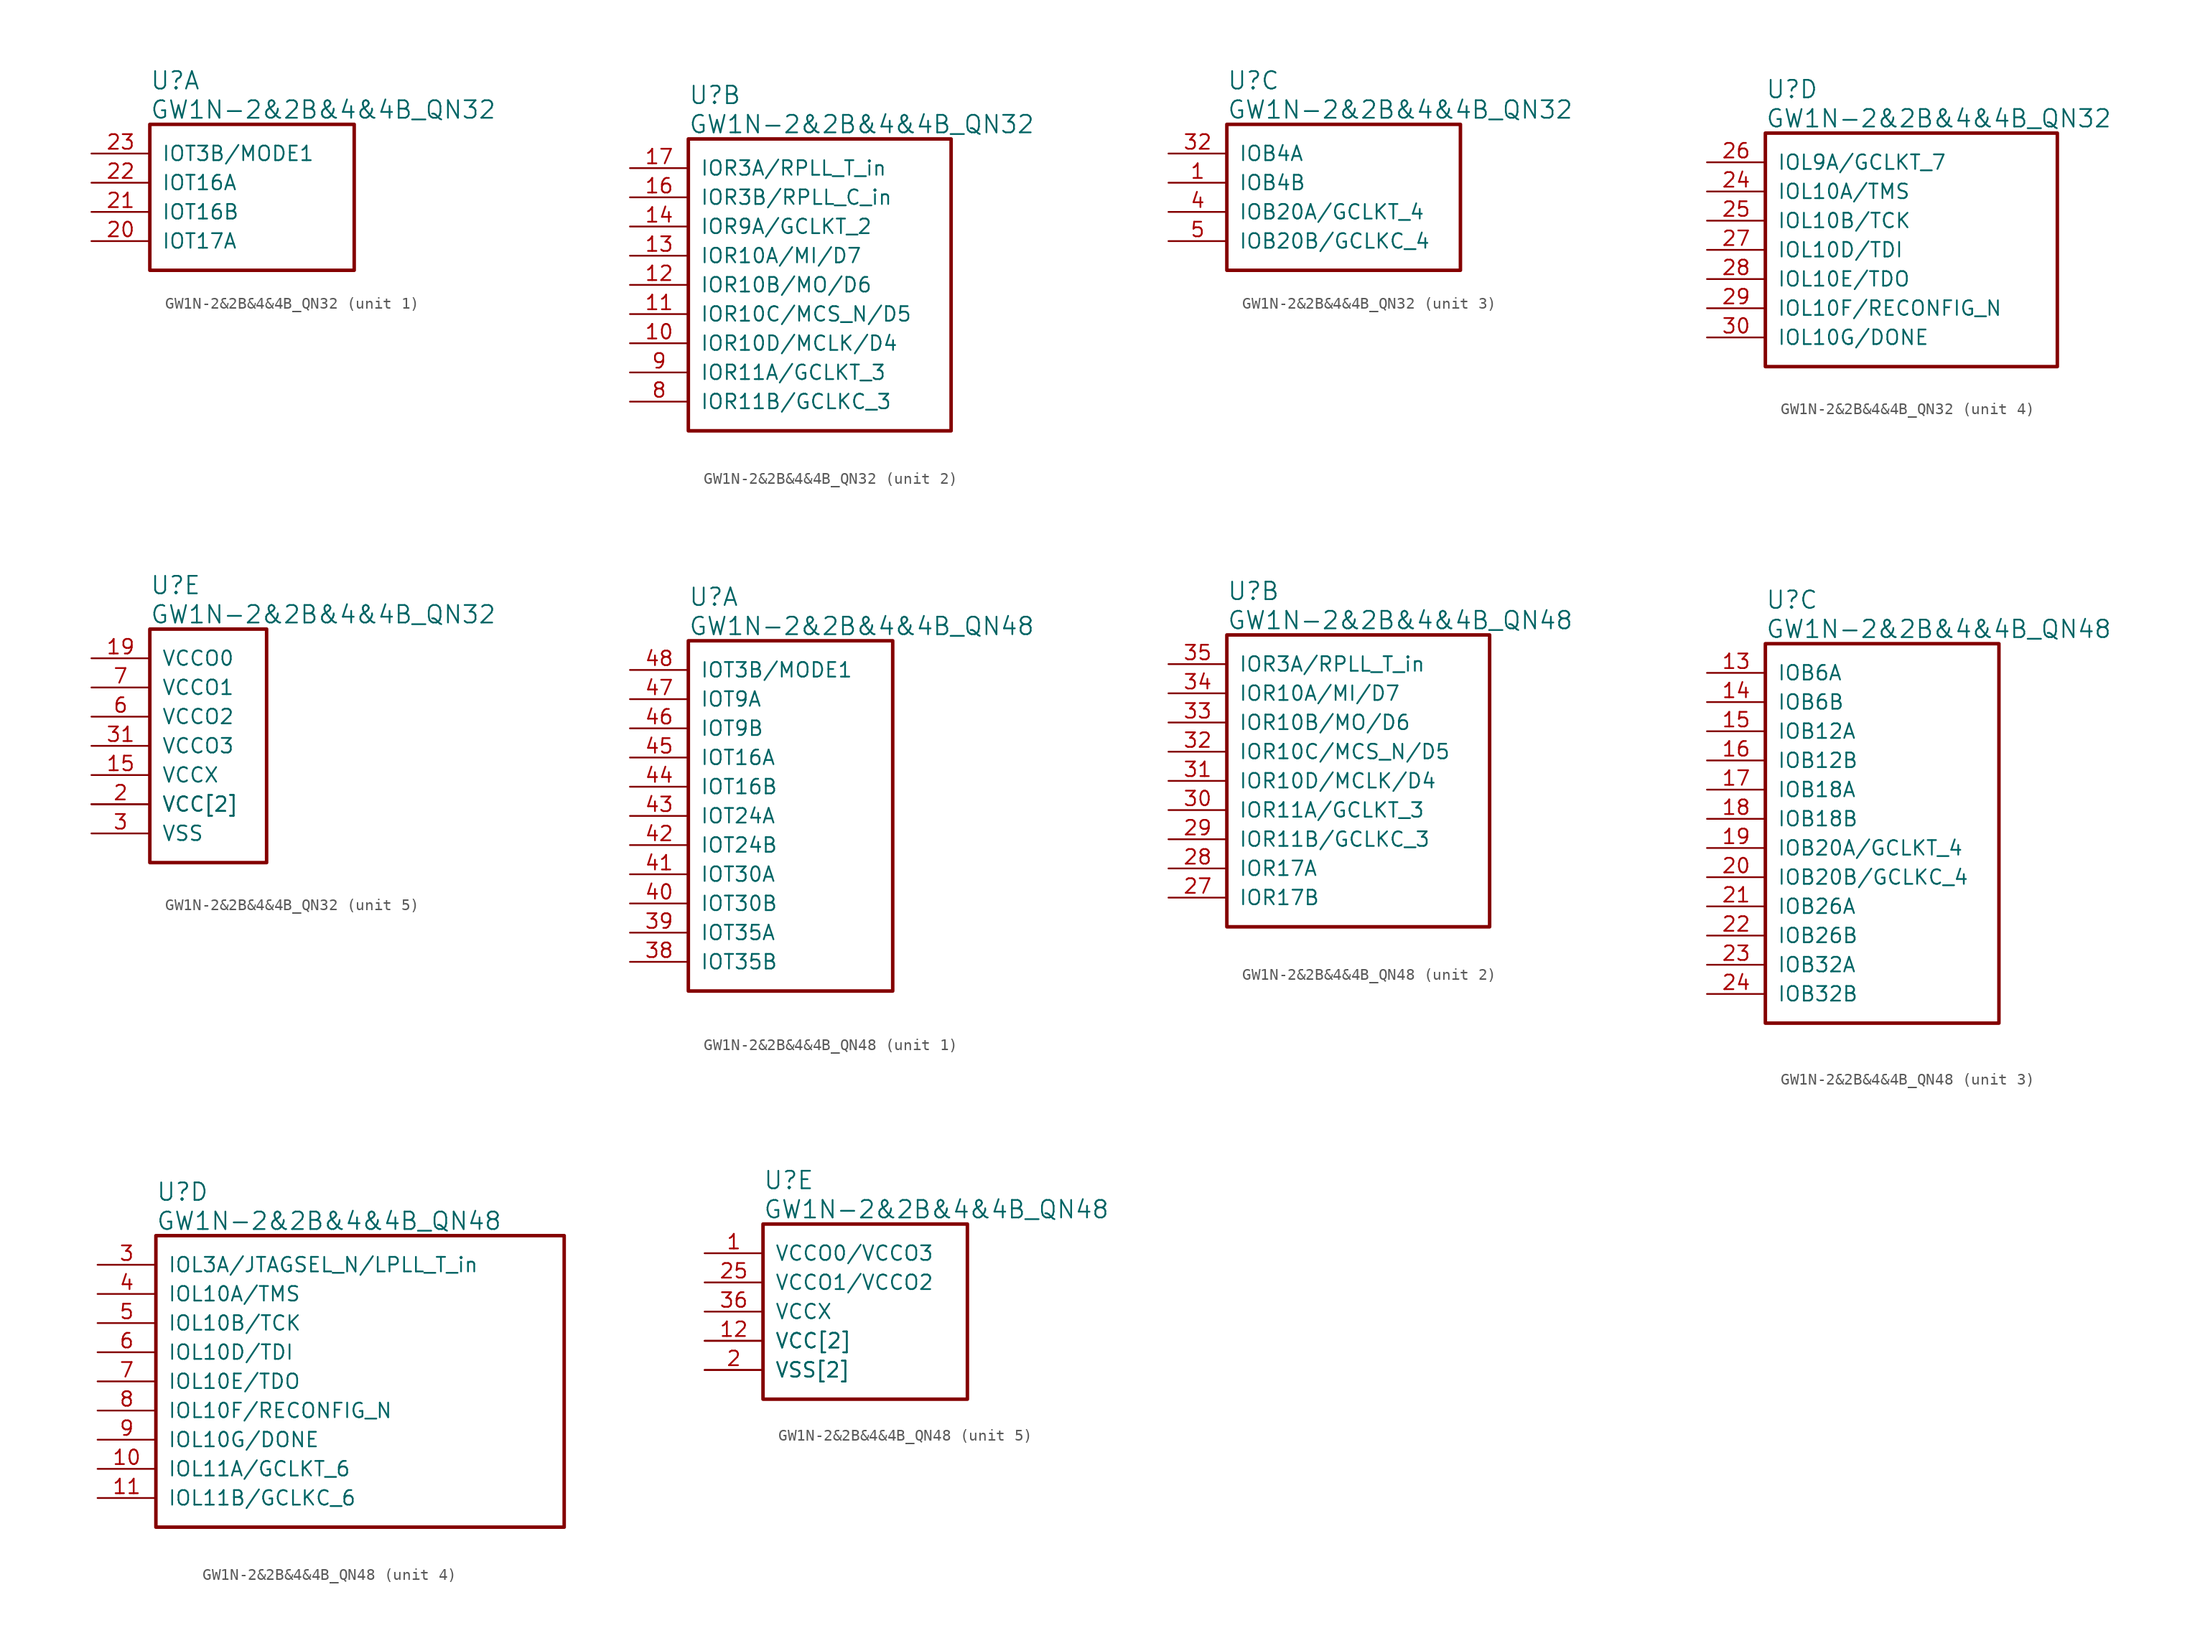
<source format=kicad_sym>
(kicad_symbol_lib
  (version 20241209)
  (generator "kicad_symbol_editor")
  (generator_version "9.0")
  (symbol "GW1N-2&2B&4&4B_QN32"
    (pin_names
      (offset 1.016))
    (property "Reference" "U"
      (at 5.08 6.35 0)
      (effects (font (size 1.524 1.524)) (justify left)))
    (property "Value" "GW1N-2&2B&4&4B_QN32"
      (at 5.08 3.81 0)
      (effects (font (size 1.524 1.524)) (justify left)))
    (property "ki_locked" ""
      (at 0 0 0)
      (effects (font (size 1.27 1.27))))
    (symbol "GW1N-2&2B&4&4B_QN32_1_1"
      (rectangle (start 5.08 2.54) (end 22.86 -10.16) (stroke (width 0.305) (type solid)) (fill (type none)))
      (pin bidirectional line (at 0 0 0) (length 5.08) (name "IOT3B/MODE1" (effects (font (size 1.27 1.27)))) (number "23" (effects (font (size 1.27 1.27)))))
      (pin bidirectional line (at 0 -2.54 0) (length 5.08) (name "IOT16A" (effects (font (size 1.27 1.27)))) (number "22" (effects (font (size 1.27 1.27)))))
      (pin bidirectional line (at 0 -5.08 0) (length 5.08) (name "IOT16B" (effects (font (size 1.27 1.27)))) (number "21" (effects (font (size 1.27 1.27)))))
      (pin bidirectional line (at 0 -7.62 0) (length 5.08) (name "IOT17A" (effects (font (size 1.27 1.27)))) (number "20" (effects (font (size 1.27 1.27))))))
    (symbol "GW1N-2&2B&4&4B_QN32_2_1"
      (rectangle (start 5.08 2.54) (end 27.94 -22.86) (stroke (width 0.305) (type solid)) (fill (type none)))
      (pin bidirectional line (at 0 0 0) (length 5.08) (name "IOR3A/RPLL_T_in" (effects (font (size 1.27 1.27)))) (number "17" (effects (font (size 1.27 1.27)))))
      (pin bidirectional line (at 0 -2.54 0) (length 5.08) (name "IOR3B/RPLL_C_in" (effects (font (size 1.27 1.27)))) (number "16" (effects (font (size 1.27 1.27)))))
      (pin bidirectional line (at 0 -5.08 0) (length 5.08) (name "IOR9A/GCLKT_2" (effects (font (size 1.27 1.27)))) (number "14" (effects (font (size 1.27 1.27)))))
      (pin bidirectional line (at 0 -7.62 0) (length 5.08) (name "IOR10A/MI/D7" (effects (font (size 1.27 1.27)))) (number "13" (effects (font (size 1.27 1.27)))))
      (pin bidirectional line (at 0 -10.16 0) (length 5.08) (name "IOR10B/MO/D6" (effects (font (size 1.27 1.27)))) (number "12" (effects (font (size 1.27 1.27)))))
      (pin bidirectional line (at 0 -12.7 0) (length 5.08) (name "IOR10C/MCS_N/D5" (effects (font (size 1.27 1.27)))) (number "11" (effects (font (size 1.27 1.27)))))
      (pin bidirectional line (at 0 -15.24 0) (length 5.08) (name "IOR10D/MCLK/D4" (effects (font (size 1.27 1.27)))) (number "10" (effects (font (size 1.27 1.27)))))
      (pin bidirectional line (at 0 -17.78 0) (length 5.08) (name "IOR11A/GCLKT_3" (effects (font (size 1.27 1.27)))) (number "9" (effects (font (size 1.27 1.27)))))
      (pin bidirectional line (at 0 -20.32 0) (length 5.08) (name "IOR11B/GCLKC_3" (effects (font (size 1.27 1.27)))) (number "8" (effects (font (size 1.27 1.27))))))
    (symbol "GW1N-2&2B&4&4B_QN32_3_1"
      (rectangle (start 5.08 2.54) (end 25.4 -10.16) (stroke (width 0.305) (type solid)) (fill (type none)))
      (pin bidirectional line (at 0 0 0) (length 5.08) (name "IOB4A" (effects (font (size 1.27 1.27)))) (number "32" (effects (font (size 1.27 1.27)))))
      (pin bidirectional line (at 0 -2.54 0) (length 5.08) (name "IOB4B" (effects (font (size 1.27 1.27)))) (number "1" (effects (font (size 1.27 1.27)))))
      (pin bidirectional line (at 0 -5.08 0) (length 5.08) (name "IOB20A/GCLKT_4" (effects (font (size 1.27 1.27)))) (number "4" (effects (font (size 1.27 1.27)))))
      (pin bidirectional line (at 0 -7.62 0) (length 5.08) (name "IOB20B/GCLKC_4" (effects (font (size 1.27 1.27)))) (number "5" (effects (font (size 1.27 1.27))))))
    (symbol "GW1N-2&2B&4&4B_QN32_4_1"
      (rectangle (start 5.08 2.54) (end 30.48 -17.78) (stroke (width 0.305) (type solid)) (fill (type none)))
      (pin bidirectional line (at 0 0 0) (length 5.08) (name "IOL9A/GCLKT_7" (effects (font (size 1.27 1.27)))) (number "26" (effects (font (size 1.27 1.27)))))
      (pin bidirectional line (at 0 -2.54 0) (length 5.08) (name "IOL10A/TMS" (effects (font (size 1.27 1.27)))) (number "24" (effects (font (size 1.27 1.27)))))
      (pin bidirectional line (at 0 -5.08 0) (length 5.08) (name "IOL10B/TCK" (effects (font (size 1.27 1.27)))) (number "25" (effects (font (size 1.27 1.27)))))
      (pin bidirectional line (at 0 -7.62 0) (length 5.08) (name "IOL10D/TDI" (effects (font (size 1.27 1.27)))) (number "27" (effects (font (size 1.27 1.27)))))
      (pin bidirectional line (at 0 -10.16 0) (length 5.08) (name "IOL10E/TDO" (effects (font (size 1.27 1.27)))) (number "28" (effects (font (size 1.27 1.27)))))
      (pin bidirectional line (at 0 -12.7 0) (length 5.08) (name "IOL10F/RECONFIG_N" (effects (font (size 1.27 1.27)))) (number "29" (effects (font (size 1.27 1.27)))))
      (pin bidirectional line (at 0 -15.24 0) (length 5.08) (name "IOL10G/DONE" (effects (font (size 1.27 1.27)))) (number "30" (effects (font (size 1.27 1.27))))))
    (symbol "GW1N-2&2B&4&4B_QN32_5_1"
      (rectangle (start 5.08 2.54) (end 15.24 -17.78) (stroke (width 0.305) (type solid)) (fill (type none)))
      (pin power_in line (at 0 0 0) (length 5.08) (name "VCCO0" (effects (font (size 1.27 1.27)))) (number "19" (effects (font (size 1.27 1.27)))))
      (pin power_in line (at 0 -2.54 0) (length 5.08) (name "VCCO1" (effects (font (size 1.27 1.27)))) (number "7" (effects (font (size 1.27 1.27)))))
      (pin power_in line (at 0 -5.08 0) (length 5.08) (name "VCCO2" (effects (font (size 1.27 1.27)))) (number "6" (effects (font (size 1.27 1.27)))))
      (pin power_in line (at 0 -7.62 0) (length 5.08) (name "VCCO3" (effects (font (size 1.27 1.27)))) (number "31" (effects (font (size 1.27 1.27)))))
      (pin power_in line (at 0 -10.16 0) (length 5.08) (name "VCCX" (effects (font (size 1.27 1.27)))) (number "15" (effects (font (size 1.27 1.27)))))
      (pin power_in line (at 0 -12.7 0) (length 5.08) (name "VCC[2]" (effects (font (size 1.27 1.27)))) (number "18" (effects (font (size 0 0)))))
      (pin power_in line (at 0 -12.7 0) (length 5.08) (name "VCC[2]" (effects (font (size 1.27 1.27)))) (number "2" (effects (font (size 1.27 1.27)))))
      (pin power_in line (at 0 -15.24 0) (length 5.08) (name "VSS" (effects (font (size 1.27 1.27)))) (number "3" (effects (font (size 1.27 1.27)))))))
  (symbol "GW1N-2&2B&4&4B_QN48"
    (pin_names
      (offset 1.016))
    (property "Reference" "U"
      (at 5.08 6.35 0)
      (effects (font (size 1.524 1.524)) (justify left)))
    (property "Value" "GW1N-2&2B&4&4B_QN48"
      (at 5.08 3.81 0)
      (effects (font (size 1.524 1.524)) (justify left)))
    (property "ki_locked" ""
      (at 0 0 0)
      (effects (font (size 1.27 1.27))))
    (symbol "GW1N-2&2B&4&4B_QN48_1_1"
      (rectangle (start 5.08 2.54) (end 22.86 -27.94) (stroke (width 0.305) (type solid)) (fill (type none)))
      (pin bidirectional line (at 0 0 0) (length 5.08) (name "IOT3B/MODE1" (effects (font (size 1.27 1.27)))) (number "48" (effects (font (size 1.27 1.27)))))
      (pin bidirectional line (at 0 -2.54 0) (length 5.08) (name "IOT9A" (effects (font (size 1.27 1.27)))) (number "47" (effects (font (size 1.27 1.27)))))
      (pin bidirectional line (at 0 -5.08 0) (length 5.08) (name "IOT9B" (effects (font (size 1.27 1.27)))) (number "46" (effects (font (size 1.27 1.27)))))
      (pin bidirectional line (at 0 -7.62 0) (length 5.08) (name "IOT16A" (effects (font (size 1.27 1.27)))) (number "45" (effects (font (size 1.27 1.27)))))
      (pin bidirectional line (at 0 -10.16 0) (length 5.08) (name "IOT16B" (effects (font (size 1.27 1.27)))) (number "44" (effects (font (size 1.27 1.27)))))
      (pin bidirectional line (at 0 -12.7 0) (length 5.08) (name "IOT24A" (effects (font (size 1.27 1.27)))) (number "43" (effects (font (size 1.27 1.27)))))
      (pin bidirectional line (at 0 -15.24 0) (length 5.08) (name "IOT24B" (effects (font (size 1.27 1.27)))) (number "42" (effects (font (size 1.27 1.27)))))
      (pin bidirectional line (at 0 -17.78 0) (length 5.08) (name "IOT30A" (effects (font (size 1.27 1.27)))) (number "41" (effects (font (size 1.27 1.27)))))
      (pin bidirectional line (at 0 -20.32 0) (length 5.08) (name "IOT30B" (effects (font (size 1.27 1.27)))) (number "40" (effects (font (size 1.27 1.27)))))
      (pin bidirectional line (at 0 -22.86 0) (length 5.08) (name "IOT35A" (effects (font (size 1.27 1.27)))) (number "39" (effects (font (size 1.27 1.27)))))
      (pin bidirectional line (at 0 -25.4 0) (length 5.08) (name "IOT35B" (effects (font (size 1.27 1.27)))) (number "38" (effects (font (size 1.27 1.27))))))
    (symbol "GW1N-2&2B&4&4B_QN48_2_1"
      (rectangle (start 5.08 2.54) (end 27.94 -22.86) (stroke (width 0.305) (type solid)) (fill (type none)))
      (pin bidirectional line (at 0 0 0) (length 5.08) (name "IOR3A/RPLL_T_in" (effects (font (size 1.27 1.27)))) (number "35" (effects (font (size 1.27 1.27)))))
      (pin bidirectional line (at 0 -2.54 0) (length 5.08) (name "IOR10A/MI/D7" (effects (font (size 1.27 1.27)))) (number "34" (effects (font (size 1.27 1.27)))))
      (pin bidirectional line (at 0 -5.08 0) (length 5.08) (name "IOR10B/MO/D6" (effects (font (size 1.27 1.27)))) (number "33" (effects (font (size 1.27 1.27)))))
      (pin bidirectional line (at 0 -7.62 0) (length 5.08) (name "IOR10C/MCS_N/D5" (effects (font (size 1.27 1.27)))) (number "32" (effects (font (size 1.27 1.27)))))
      (pin bidirectional line (at 0 -10.16 0) (length 5.08) (name "IOR10D/MCLK/D4" (effects (font (size 1.27 1.27)))) (number "31" (effects (font (size 1.27 1.27)))))
      (pin bidirectional line (at 0 -12.7 0) (length 5.08) (name "IOR11A/GCLKT_3" (effects (font (size 1.27 1.27)))) (number "30" (effects (font (size 1.27 1.27)))))
      (pin bidirectional line (at 0 -15.24 0) (length 5.08) (name "IOR11B/GCLKC_3" (effects (font (size 1.27 1.27)))) (number "29" (effects (font (size 1.27 1.27)))))
      (pin bidirectional line (at 0 -17.78 0) (length 5.08) (name "IOR17A" (effects (font (size 1.27 1.27)))) (number "28" (effects (font (size 1.27 1.27)))))
      (pin bidirectional line (at 0 -20.32 0) (length 5.08) (name "IOR17B" (effects (font (size 1.27 1.27)))) (number "27" (effects (font (size 1.27 1.27))))))
    (symbol "GW1N-2&2B&4&4B_QN48_3_1"
      (rectangle (start 5.08 2.54) (end 25.4 -30.48) (stroke (width 0.305) (type solid)) (fill (type none)))
      (pin bidirectional line (at 0 0 0) (length 5.08) (name "IOB6A" (effects (font (size 1.27 1.27)))) (number "13" (effects (font (size 1.27 1.27)))))
      (pin bidirectional line (at 0 -2.54 0) (length 5.08) (name "IOB6B" (effects (font (size 1.27 1.27)))) (number "14" (effects (font (size 1.27 1.27)))))
      (pin bidirectional line (at 0 -5.08 0) (length 5.08) (name "IOB12A" (effects (font (size 1.27 1.27)))) (number "15" (effects (font (size 1.27 1.27)))))
      (pin bidirectional line (at 0 -7.62 0) (length 5.08) (name "IOB12B" (effects (font (size 1.27 1.27)))) (number "16" (effects (font (size 1.27 1.27)))))
      (pin bidirectional line (at 0 -10.16 0) (length 5.08) (name "IOB18A" (effects (font (size 1.27 1.27)))) (number "17" (effects (font (size 1.27 1.27)))))
      (pin bidirectional line (at 0 -12.7 0) (length 5.08) (name "IOB18B" (effects (font (size 1.27 1.27)))) (number "18" (effects (font (size 1.27 1.27)))))
      (pin bidirectional line (at 0 -15.24 0) (length 5.08) (name "IOB20A/GCLKT_4" (effects (font (size 1.27 1.27)))) (number "19" (effects (font (size 1.27 1.27)))))
      (pin bidirectional line (at 0 -17.78 0) (length 5.08) (name "IOB20B/GCLKC_4" (effects (font (size 1.27 1.27)))) (number "20" (effects (font (size 1.27 1.27)))))
      (pin bidirectional line (at 0 -20.32 0) (length 5.08) (name "IOB26A" (effects (font (size 1.27 1.27)))) (number "21" (effects (font (size 1.27 1.27)))))
      (pin bidirectional line (at 0 -22.86 0) (length 5.08) (name "IOB26B" (effects (font (size 1.27 1.27)))) (number "22" (effects (font (size 1.27 1.27)))))
      (pin bidirectional line (at 0 -25.4 0) (length 5.08) (name "IOB32A" (effects (font (size 1.27 1.27)))) (number "23" (effects (font (size 1.27 1.27)))))
      (pin bidirectional line (at 0 -27.94 0) (length 5.08) (name "IOB32B" (effects (font (size 1.27 1.27)))) (number "24" (effects (font (size 1.27 1.27))))))
    (symbol "GW1N-2&2B&4&4B_QN48_4_1"
      (rectangle (start 5.08 2.54) (end 40.64 -22.86) (stroke (width 0.305) (type solid)) (fill (type none)))
      (pin bidirectional line (at 0 0 0) (length 5.08) (name "IOL3A/JTAGSEL_N/LPLL_T_in" (effects (font (size 1.27 1.27)))) (number "3" (effects (font (size 1.27 1.27)))))
      (pin bidirectional line (at 0 -2.54 0) (length 5.08) (name "IOL10A/TMS" (effects (font (size 1.27 1.27)))) (number "4" (effects (font (size 1.27 1.27)))))
      (pin bidirectional line (at 0 -5.08 0) (length 5.08) (name "IOL10B/TCK" (effects (font (size 1.27 1.27)))) (number "5" (effects (font (size 1.27 1.27)))))
      (pin bidirectional line (at 0 -7.62 0) (length 5.08) (name "IOL10D/TDI" (effects (font (size 1.27 1.27)))) (number "6" (effects (font (size 1.27 1.27)))))
      (pin bidirectional line (at 0 -10.16 0) (length 5.08) (name "IOL10E/TDO" (effects (font (size 1.27 1.27)))) (number "7" (effects (font (size 1.27 1.27)))))
      (pin bidirectional line (at 0 -12.7 0) (length 5.08) (name "IOL10F/RECONFIG_N" (effects (font (size 1.27 1.27)))) (number "8" (effects (font (size 1.27 1.27)))))
      (pin bidirectional line (at 0 -15.24 0) (length 5.08) (name "IOL10G/DONE" (effects (font (size 1.27 1.27)))) (number "9" (effects (font (size 1.27 1.27)))))
      (pin bidirectional line (at 0 -17.78 0) (length 5.08) (name "IOL11A/GCLKT_6" (effects (font (size 1.27 1.27)))) (number "10" (effects (font (size 1.27 1.27)))))
      (pin bidirectional line (at 0 -20.32 0) (length 5.08) (name "IOL11B/GCLKC_6" (effects (font (size 1.27 1.27)))) (number "11" (effects (font (size 1.27 1.27))))))
    (symbol "GW1N-2&2B&4&4B_QN48_5_1"
      (rectangle (start 5.08 2.54) (end 22.86 -12.7) (stroke (width 0.305) (type solid)) (fill (type none)))
      (pin power_in line (at 0 0 0) (length 5.08) (name "VCCO0/VCCO3" (effects (font (size 1.27 1.27)))) (number "1" (effects (font (size 1.27 1.27)))))
      (pin power_in line (at 0 -2.54 0) (length 5.08) (name "VCCO1/VCCO2" (effects (font (size 1.27 1.27)))) (number "25" (effects (font (size 1.27 1.27)))))
      (pin power_in line (at 0 -5.08 0) (length 5.08) (name "VCCX" (effects (font (size 1.27 1.27)))) (number "36" (effects (font (size 1.27 1.27)))))
      (pin power_in line (at 0 -7.62 0) (length 5.08) (name "VCC[2]" (effects (font (size 1.27 1.27)))) (number "12" (effects (font (size 1.27 1.27)))))
      (pin power_in line (at 0 -7.62 0) (length 5.08) (name "VCC[2]" (effects (font (size 1.27 1.27)))) (number "37" (effects (font (size 0 0)))))
      (pin power_in line (at 0 -10.16 0) (length 5.08) (name "VSS[2]" (effects (font (size 1.27 1.27)))) (number "2" (effects (font (size 1.27 1.27)))))
      (pin power_in line (at 0 -10.16 0) (length 5.08) (name "VSS[2]" (effects (font (size 1.27 1.27)))) (number "26" (effects (font (size 0 0))))))))
</source>
